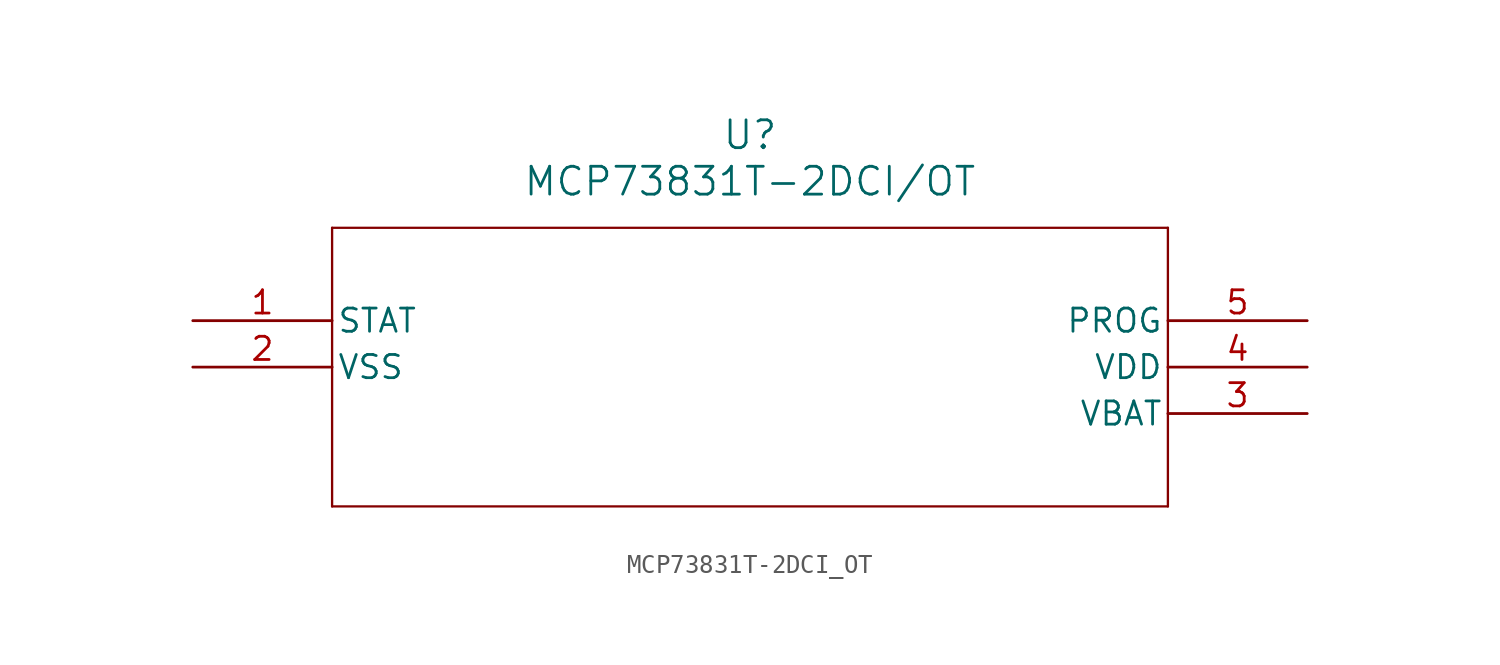
<source format=kicad_sym>
(kicad_symbol_lib
  (version 20231120)
  (generator "kicad_symbol_editor")
  (generator_version "8.0")
  (symbol "MCP73831T-2DCI_OT"
    (pin_names
      (offset 0.254))
    (property "Reference" "U"
      (at 30.48 10.16 0)
      (effects (font (size 1.524 1.524))))
    (property "Value" "MCP73831T-2DCI/OT"
      (at 30.48 7.62 0)
      (effects (font (size 1.524 1.524))))
    (property "ki_locked" ""
      (at 0 0 0)
      (effects (font (size 1.27 1.27))))
    (symbol "MCP73831T-2DCI_OT_0_1"
      (polyline (pts (xy 7.62 -10.16) (xy 53.34 -10.16)) (stroke (width 0.127) (type default)) (fill (type none)))
      (polyline (pts (xy 7.62 5.08) (xy 7.62 -10.16)) (stroke (width 0.127) (type default)) (fill (type none)))
      (polyline (pts (xy 53.34 -10.16) (xy 53.34 5.08)) (stroke (width 0.127) (type default)) (fill (type none)))
      (polyline (pts (xy 53.34 5.08) (xy 7.62 5.08)) (stroke (width 0.127) (type default)) (fill (type none)))
      (pin unspecified line (at 0 0 0) (length 7.62) (name "STAT" (effects (font (size 1.27 1.27)))) (number "1" (effects (font (size 1.27 1.27)))))
      (pin unspecified line (at 0 -2.54 0) (length 7.62) (name "VSS" (effects (font (size 1.27 1.27)))) (number "2" (effects (font (size 1.27 1.27)))))
      (pin unspecified line (at 60.96 -5.08 180) (length 7.62) (name "VBAT" (effects (font (size 1.27 1.27)))) (number "3" (effects (font (size 1.27 1.27)))))
      (pin unspecified line (at 60.96 -2.54 180) (length 7.62) (name "VDD" (effects (font (size 1.27 1.27)))) (number "4" (effects (font (size 1.27 1.27)))))
      (pin unspecified line (at 60.96 0 180) (length 7.62) (name "PROG" (effects (font (size 1.27 1.27)))) (number "5" (effects (font (size 1.27 1.27))))))))
</source>
